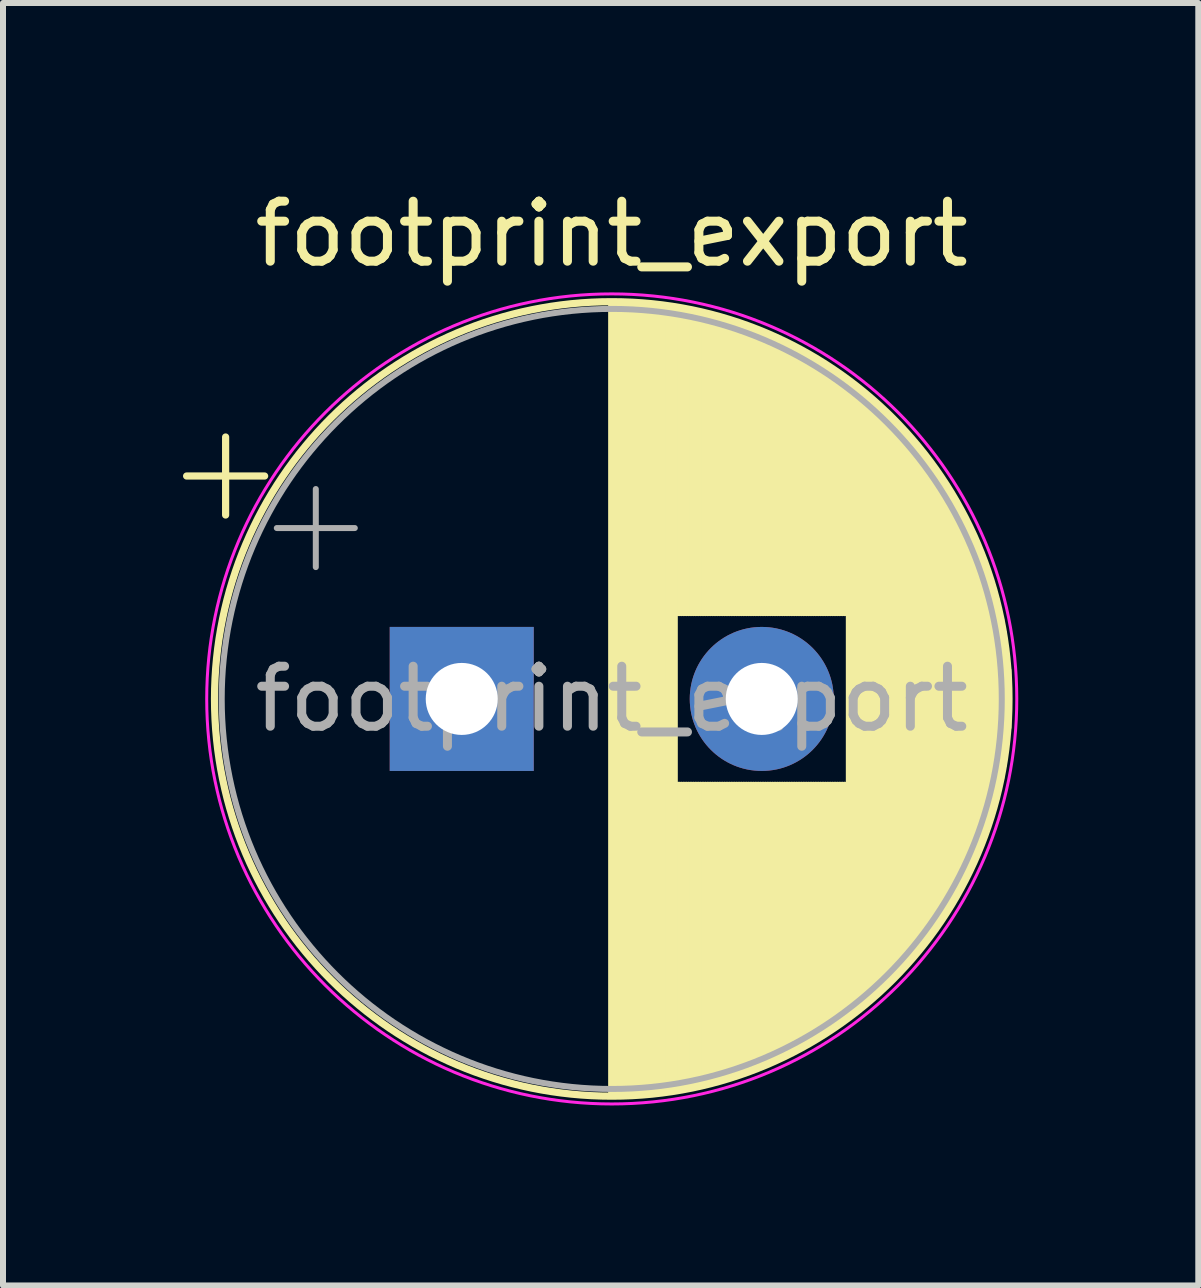
<source format=kicad_pcb>
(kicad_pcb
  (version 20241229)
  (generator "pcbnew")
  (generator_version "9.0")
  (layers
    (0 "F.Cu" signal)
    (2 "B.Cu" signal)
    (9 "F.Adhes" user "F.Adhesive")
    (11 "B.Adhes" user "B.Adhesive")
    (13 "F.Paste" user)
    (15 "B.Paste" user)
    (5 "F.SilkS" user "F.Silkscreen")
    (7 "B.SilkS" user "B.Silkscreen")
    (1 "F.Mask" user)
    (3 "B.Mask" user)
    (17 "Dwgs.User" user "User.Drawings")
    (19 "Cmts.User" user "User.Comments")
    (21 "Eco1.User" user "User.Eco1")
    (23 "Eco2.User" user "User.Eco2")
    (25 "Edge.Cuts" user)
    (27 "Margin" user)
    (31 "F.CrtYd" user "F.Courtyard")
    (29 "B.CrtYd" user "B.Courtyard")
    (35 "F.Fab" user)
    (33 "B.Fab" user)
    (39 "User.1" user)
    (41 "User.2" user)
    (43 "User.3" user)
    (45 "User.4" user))
  (footprint "footprint_export"
    (layer "F.Cu")
    (at 4.645 8.598)
    (property "Reference" "footprint_export" (at 2.5 -7.75 0) (layer "F.SilkS") (effects (font (size 1 1) (thickness 0.15))))
    (attr through_hole)
    (fp_line (start -4.585 -3.715) (end -3.285 -3.715) (stroke (width 0.12) (type solid)) (layer "F.SilkS"))
    (fp_line (start -3.935 -4.365) (end -3.935 -3.065) (stroke (width 0.12) (type solid)) (layer "F.SilkS"))
    (fp_line (start 2.5 -6.58) (end 2.5 6.58) (stroke (width 0.12) (type solid)) (layer "F.SilkS"))
    (fp_line (start 2.54 -6.58) (end 2.54 6.58) (stroke (width 0.12) (type solid)) (layer "F.SilkS"))
    (fp_line (start 2.58 -6.58) (end 2.58 6.58) (stroke (width 0.12) (type solid)) (layer "F.SilkS"))
    (fp_line (start 2.62 -6.579) (end 2.62 6.579) (stroke (width 0.12) (type solid)) (layer "F.SilkS"))
    (fp_line (start 2.66 -6.579) (end 2.66 6.579) (stroke (width 0.12) (type solid)) (layer "F.SilkS"))
    (fp_line (start 2.7 -6.577) (end 2.7 6.577) (stroke (width 0.12) (type solid)) (layer "F.SilkS"))
    (fp_line (start 2.74 -6.576) (end 2.74 6.576) (stroke (width 0.12) (type solid)) (layer "F.SilkS"))
    (fp_line (start 2.78 -6.575) (end 2.78 6.575) (stroke (width 0.12) (type solid)) (layer "F.SilkS"))
    (fp_line (start 2.82 -6.573) (end 2.82 6.573) (stroke (width 0.12) (type solid)) (layer "F.SilkS"))
    (fp_line (start 2.86 -6.571) (end 2.86 6.571) (stroke (width 0.12) (type solid)) (layer "F.SilkS"))
    (fp_line (start 2.9 -6.568) (end 2.9 6.568) (stroke (width 0.12) (type solid)) (layer "F.SilkS"))
    (fp_line (start 2.94 -6.566) (end 2.94 6.566) (stroke (width 0.12) (type solid)) (layer "F.SilkS"))
    (fp_line (start 2.98 -6.563) (end 2.98 6.563) (stroke (width 0.12) (type solid)) (layer "F.SilkS"))
    (fp_line (start 3.02 -6.56) (end 3.02 6.56) (stroke (width 0.12) (type solid)) (layer "F.SilkS"))
    (fp_line (start 3.06 -6.557) (end 3.06 6.557) (stroke (width 0.12) (type solid)) (layer "F.SilkS"))
    (fp_line (start 3.1 -6.553) (end 3.1 6.553) (stroke (width 0.12) (type solid)) (layer "F.SilkS"))
    (fp_line (start 3.14 -6.549) (end 3.14 6.549) (stroke (width 0.12) (type solid)) (layer "F.SilkS"))
    (fp_line (start 3.18 -6.545) (end 3.18 6.545) (stroke (width 0.12) (type solid)) (layer "F.SilkS"))
    (fp_line (start 3.221 -6.541) (end 3.221 6.541) (stroke (width 0.12) (type solid)) (layer "F.SilkS"))
    (fp_line (start 3.261 -6.537) (end 3.261 6.537) (stroke (width 0.12) (type solid)) (layer "F.SilkS"))
    (fp_line (start 3.301 -6.532) (end 3.301 6.532) (stroke (width 0.12) (type solid)) (layer "F.SilkS"))
    (fp_line (start 3.341 -6.527) (end 3.341 6.527) (stroke (width 0.12) (type solid)) (layer "F.SilkS"))
    (fp_line (start 3.381 -6.522) (end 3.381 6.522) (stroke (width 0.12) (type solid)) (layer "F.SilkS"))
    (fp_line (start 3.421 -6.516) (end 3.421 6.516) (stroke (width 0.12) (type solid)) (layer "F.SilkS"))
    (fp_line (start 3.461 -6.511) (end 3.461 6.511) (stroke (width 0.12) (type solid)) (layer "F.SilkS"))
    (fp_line (start 3.501 -6.505) (end 3.501 6.505) (stroke (width 0.12) (type solid)) (layer "F.SilkS"))
    (fp_line (start 3.541 -6.498) (end 3.541 6.498) (stroke (width 0.12) (type solid)) (layer "F.SilkS"))
    (fp_line (start 3.581 -6.492) (end 3.581 -1.44) (stroke (width 0.12) (type solid)) (layer "F.SilkS"))
    (fp_line (start 3.581 1.44) (end 3.581 6.492) (stroke (width 0.12) (type solid)) (layer "F.SilkS"))
    (fp_line (start 3.621 -6.485) (end 3.621 -1.44) (stroke (width 0.12) (type solid)) (layer "F.SilkS"))
    (fp_line (start 3.621 1.44) (end 3.621 6.485) (stroke (width 0.12) (type solid)) (layer "F.SilkS"))
    (fp_line (start 3.661 -6.478) (end 3.661 -1.44) (stroke (width 0.12) (type solid)) (layer "F.SilkS"))
    (fp_line (start 3.661 1.44) (end 3.661 6.478) (stroke (width 0.12) (type solid)) (layer "F.SilkS"))
    (fp_line (start 3.701 -6.471) (end 3.701 -1.44) (stroke (width 0.12) (type solid)) (layer "F.SilkS"))
    (fp_line (start 3.701 1.44) (end 3.701 6.471) (stroke (width 0.12) (type solid)) (layer "F.SilkS"))
    (fp_line (start 3.741 -6.463) (end 3.741 -1.44) (stroke (width 0.12) (type solid)) (layer "F.SilkS"))
    (fp_line (start 3.741 1.44) (end 3.741 6.463) (stroke (width 0.12) (type solid)) (layer "F.SilkS"))
    (fp_line (start 3.781 -6.456) (end 3.781 -1.44) (stroke (width 0.12) (type solid)) (layer "F.SilkS"))
    (fp_line (start 3.781 1.44) (end 3.781 6.456) (stroke (width 0.12) (type solid)) (layer "F.SilkS"))
    (fp_line (start 3.821 -6.448) (end 3.821 -1.44) (stroke (width 0.12) (type solid)) (layer "F.SilkS"))
    (fp_line (start 3.821 1.44) (end 3.821 6.448) (stroke (width 0.12) (type solid)) (layer "F.SilkS"))
    (fp_line (start 3.861 -6.439) (end 3.861 -1.44) (stroke (width 0.12) (type solid)) (layer "F.SilkS"))
    (fp_line (start 3.861 1.44) (end 3.861 6.439) (stroke (width 0.12) (type solid)) (layer "F.SilkS"))
    (fp_line (start 3.901 -6.431) (end 3.901 -1.44) (stroke (width 0.12) (type solid)) (layer "F.SilkS"))
    (fp_line (start 3.901 1.44) (end 3.901 6.431) (stroke (width 0.12) (type solid)) (layer "F.SilkS"))
    (fp_line (start 3.941 -6.422) (end 3.941 -1.44) (stroke (width 0.12) (type solid)) (layer "F.SilkS"))
    (fp_line (start 3.941 1.44) (end 3.941 6.422) (stroke (width 0.12) (type solid)) (layer "F.SilkS"))
    (fp_line (start 3.981 -6.413) (end 3.981 -1.44) (stroke (width 0.12) (type solid)) (layer "F.SilkS"))
    (fp_line (start 3.981 1.44) (end 3.981 6.413) (stroke (width 0.12) (type solid)) (layer "F.SilkS"))
    (fp_line (start 4.021 -6.404) (end 4.021 -1.44) (stroke (width 0.12) (type solid)) (layer "F.SilkS"))
    (fp_line (start 4.021 1.44) (end 4.021 6.404) (stroke (width 0.12) (type solid)) (layer "F.SilkS"))
    (fp_line (start 4.061 -6.394) (end 4.061 -1.44) (stroke (width 0.12) (type solid)) (layer "F.SilkS"))
    (fp_line (start 4.061 1.44) (end 4.061 6.394) (stroke (width 0.12) (type solid)) (layer "F.SilkS"))
    (fp_line (start 4.101 -6.384) (end 4.101 -1.44) (stroke (width 0.12) (type solid)) (layer "F.SilkS"))
    (fp_line (start 4.101 1.44) (end 4.101 6.384) (stroke (width 0.12) (type solid)) (layer "F.SilkS"))
    (fp_line (start 4.141 -6.374) (end 4.141 -1.44) (stroke (width 0.12) (type solid)) (layer "F.SilkS"))
    (fp_line (start 4.141 1.44) (end 4.141 6.374) (stroke (width 0.12) (type solid)) (layer "F.SilkS"))
    (fp_line (start 4.181 -6.364) (end 4.181 -1.44) (stroke (width 0.12) (type solid)) (layer "F.SilkS"))
    (fp_line (start 4.181 1.44) (end 4.181 6.364) (stroke (width 0.12) (type solid)) (layer "F.SilkS"))
    (fp_line (start 4.221 -6.353) (end 4.221 -1.44) (stroke (width 0.12) (type solid)) (layer "F.SilkS"))
    (fp_line (start 4.221 1.44) (end 4.221 6.353) (stroke (width 0.12) (type solid)) (layer "F.SilkS"))
    (fp_line (start 4.261 -6.342) (end 4.261 -1.44) (stroke (width 0.12) (type solid)) (layer "F.SilkS"))
    (fp_line (start 4.261 1.44) (end 4.261 6.342) (stroke (width 0.12) (type solid)) (layer "F.SilkS"))
    (fp_line (start 4.301 -6.331) (end 4.301 -1.44) (stroke (width 0.12) (type solid)) (layer "F.SilkS"))
    (fp_line (start 4.301 1.44) (end 4.301 6.331) (stroke (width 0.12) (type solid)) (layer "F.SilkS"))
    (fp_line (start 4.341 -6.32) (end 4.341 -1.44) (stroke (width 0.12) (type solid)) (layer "F.SilkS"))
    (fp_line (start 4.341 1.44) (end 4.341 6.32) (stroke (width 0.12) (type solid)) (layer "F.SilkS"))
    (fp_line (start 4.381 -6.308) (end 4.381 -1.44) (stroke (width 0.12) (type solid)) (layer "F.SilkS"))
    (fp_line (start 4.381 1.44) (end 4.381 6.308) (stroke (width 0.12) (type solid)) (layer "F.SilkS"))
    (fp_line (start 4.421 -6.296) (end 4.421 -1.44) (stroke (width 0.12) (type solid)) (layer "F.SilkS"))
    (fp_line (start 4.421 1.44) (end 4.421 6.296) (stroke (width 0.12) (type solid)) (layer "F.SilkS"))
    (fp_line (start 4.461 -6.284) (end 4.461 -1.44) (stroke (width 0.12) (type solid)) (layer "F.SilkS"))
    (fp_line (start 4.461 1.44) (end 4.461 6.284) (stroke (width 0.12) (type solid)) (layer "F.SilkS"))
    (fp_line (start 4.501 -6.271) (end 4.501 -1.44) (stroke (width 0.12) (type solid)) (layer "F.SilkS"))
    (fp_line (start 4.501 1.44) (end 4.501 6.271) (stroke (width 0.12) (type solid)) (layer "F.SilkS"))
    (fp_line (start 4.541 -6.258) (end 4.541 -1.44) (stroke (width 0.12) (type solid)) (layer "F.SilkS"))
    (fp_line (start 4.541 1.44) (end 4.541 6.258) (stroke (width 0.12) (type solid)) (layer "F.SilkS"))
    (fp_line (start 4.581 -6.245) (end 4.581 -1.44) (stroke (width 0.12) (type solid)) (layer "F.SilkS"))
    (fp_line (start 4.581 1.44) (end 4.581 6.245) (stroke (width 0.12) (type solid)) (layer "F.SilkS"))
    (fp_line (start 4.621 -6.232) (end 4.621 -1.44) (stroke (width 0.12) (type solid)) (layer "F.SilkS"))
    (fp_line (start 4.621 1.44) (end 4.621 6.232) (stroke (width 0.12) (type solid)) (layer "F.SilkS"))
    (fp_line (start 4.661 -6.218) (end 4.661 -1.44) (stroke (width 0.12) (type solid)) (layer "F.SilkS"))
    (fp_line (start 4.661 1.44) (end 4.661 6.218) (stroke (width 0.12) (type solid)) (layer "F.SilkS"))
    (fp_line (start 4.701 -6.204) (end 4.701 -1.44) (stroke (width 0.12) (type solid)) (layer "F.SilkS"))
    (fp_line (start 4.701 1.44) (end 4.701 6.204) (stroke (width 0.12) (type solid)) (layer "F.SilkS"))
    (fp_line (start 4.741 -6.19) (end 4.741 -1.44) (stroke (width 0.12) (type solid)) (layer "F.SilkS"))
    (fp_line (start 4.741 1.44) (end 4.741 6.19) (stroke (width 0.12) (type solid)) (layer "F.SilkS"))
    (fp_line (start 4.781 -6.175) (end 4.781 -1.44) (stroke (width 0.12) (type solid)) (layer "F.SilkS"))
    (fp_line (start 4.781 1.44) (end 4.781 6.175) (stroke (width 0.12) (type solid)) (layer "F.SilkS"))
    (fp_line (start 4.821 -6.161) (end 4.821 -1.44) (stroke (width 0.12) (type solid)) (layer "F.SilkS"))
    (fp_line (start 4.821 1.44) (end 4.821 6.161) (stroke (width 0.12) (type solid)) (layer "F.SilkS"))
    (fp_line (start 4.861 -6.146) (end 4.861 -1.44) (stroke (width 0.12) (type solid)) (layer "F.SilkS"))
    (fp_line (start 4.861 1.44) (end 4.861 6.146) (stroke (width 0.12) (type solid)) (layer "F.SilkS"))
    (fp_line (start 4.901 -6.13) (end 4.901 -1.44) (stroke (width 0.12) (type solid)) (layer "F.SilkS"))
    (fp_line (start 4.901 1.44) (end 4.901 6.13) (stroke (width 0.12) (type solid)) (layer "F.SilkS"))
    (fp_line (start 4.941 -6.114) (end 4.941 -1.44) (stroke (width 0.12) (type solid)) (layer "F.SilkS"))
    (fp_line (start 4.941 1.44) (end 4.941 6.114) (stroke (width 0.12) (type solid)) (layer "F.SilkS"))
    (fp_line (start 4.981 -6.098) (end 4.981 -1.44) (stroke (width 0.12) (type solid)) (layer "F.SilkS"))
    (fp_line (start 4.981 1.44) (end 4.981 6.098) (stroke (width 0.12) (type solid)) (layer "F.SilkS"))
    (fp_line (start 5.021 -6.082) (end 5.021 -1.44) (stroke (width 0.12) (type solid)) (layer "F.SilkS"))
    (fp_line (start 5.021 1.44) (end 5.021 6.082) (stroke (width 0.12) (type solid)) (layer "F.SilkS"))
    (fp_line (start 5.061 -6.065) (end 5.061 -1.44) (stroke (width 0.12) (type solid)) (layer "F.SilkS"))
    (fp_line (start 5.061 1.44) (end 5.061 6.065) (stroke (width 0.12) (type solid)) (layer "F.SilkS"))
    (fp_line (start 5.101 -6.049) (end 5.101 -1.44) (stroke (width 0.12) (type solid)) (layer "F.SilkS"))
    (fp_line (start 5.101 1.44) (end 5.101 6.049) (stroke (width 0.12) (type solid)) (layer "F.SilkS"))
    (fp_line (start 5.141 -6.031) (end 5.141 -1.44) (stroke (width 0.12) (type solid)) (layer "F.SilkS"))
    (fp_line (start 5.141 1.44) (end 5.141 6.031) (stroke (width 0.12) (type solid)) (layer "F.SilkS"))
    (fp_line (start 5.181 -6.014) (end 5.181 -1.44) (stroke (width 0.12) (type solid)) (layer "F.SilkS"))
    (fp_line (start 5.181 1.44) (end 5.181 6.014) (stroke (width 0.12) (type solid)) (layer "F.SilkS"))
    (fp_line (start 5.221 -5.996) (end 5.221 -1.44) (stroke (width 0.12) (type solid)) (layer "F.SilkS"))
    (fp_line (start 5.221 1.44) (end 5.221 5.996) (stroke (width 0.12) (type solid)) (layer "F.SilkS"))
    (fp_line (start 5.261 -5.978) (end 5.261 -1.44) (stroke (width 0.12) (type solid)) (layer "F.SilkS"))
    (fp_line (start 5.261 1.44) (end 5.261 5.978) (stroke (width 0.12) (type solid)) (layer "F.SilkS"))
    (fp_line (start 5.301 -5.959) (end 5.301 -1.44) (stroke (width 0.12) (type solid)) (layer "F.SilkS"))
    (fp_line (start 5.301 1.44) (end 5.301 5.959) (stroke (width 0.12) (type solid)) (layer "F.SilkS"))
    (fp_line (start 5.341 -5.94) (end 5.341 -1.44) (stroke (width 0.12) (type solid)) (layer "F.SilkS"))
    (fp_line (start 5.341 1.44) (end 5.341 5.94) (stroke (width 0.12) (type solid)) (layer "F.SilkS"))
    (fp_line (start 5.381 -5.921) (end 5.381 -1.44) (stroke (width 0.12) (type solid)) (layer "F.SilkS"))
    (fp_line (start 5.381 1.44) (end 5.381 5.921) (stroke (width 0.12) (type solid)) (layer "F.SilkS"))
    (fp_line (start 5.421 -5.902) (end 5.421 -1.44) (stroke (width 0.12) (type solid)) (layer "F.SilkS"))
    (fp_line (start 5.421 1.44) (end 5.421 5.902) (stroke (width 0.12) (type solid)) (layer "F.SilkS"))
    (fp_line (start 5.461 -5.882) (end 5.461 -1.44) (stroke (width 0.12) (type solid)) (layer "F.SilkS"))
    (fp_line (start 5.461 1.44) (end 5.461 5.882) (stroke (width 0.12) (type solid)) (layer "F.SilkS"))
    (fp_line (start 5.501 -5.862) (end 5.501 -1.44) (stroke (width 0.12) (type solid)) (layer "F.SilkS"))
    (fp_line (start 5.501 1.44) (end 5.501 5.862) (stroke (width 0.12) (type solid)) (layer "F.SilkS"))
    (fp_line (start 5.541 -5.841) (end 5.541 -1.44) (stroke (width 0.12) (type solid)) (layer "F.SilkS"))
    (fp_line (start 5.541 1.44) (end 5.541 5.841) (stroke (width 0.12) (type solid)) (layer "F.SilkS"))
    (fp_line (start 5.581 -5.82) (end 5.581 -1.44) (stroke (width 0.12) (type solid)) (layer "F.SilkS"))
    (fp_line (start 5.581 1.44) (end 5.581 5.82) (stroke (width 0.12) (type solid)) (layer "F.SilkS"))
    (fp_line (start 5.621 -5.799) (end 5.621 -1.44) (stroke (width 0.12) (type solid)) (layer "F.SilkS"))
    (fp_line (start 5.621 1.44) (end 5.621 5.799) (stroke (width 0.12) (type solid)) (layer "F.SilkS"))
    (fp_line (start 5.661 -5.778) (end 5.661 -1.44) (stroke (width 0.12) (type solid)) (layer "F.SilkS"))
    (fp_line (start 5.661 1.44) (end 5.661 5.778) (stroke (width 0.12) (type solid)) (layer "F.SilkS"))
    (fp_line (start 5.701 -5.756) (end 5.701 -1.44) (stroke (width 0.12) (type solid)) (layer "F.SilkS"))
    (fp_line (start 5.701 1.44) (end 5.701 5.756) (stroke (width 0.12) (type solid)) (layer "F.SilkS"))
    (fp_line (start 5.741 -5.733) (end 5.741 -1.44) (stroke (width 0.12) (type solid)) (layer "F.SilkS"))
    (fp_line (start 5.741 1.44) (end 5.741 5.733) (stroke (width 0.12) (type solid)) (layer "F.SilkS"))
    (fp_line (start 5.781 -5.711) (end 5.781 -1.44) (stroke (width 0.12) (type solid)) (layer "F.SilkS"))
    (fp_line (start 5.781 1.44) (end 5.781 5.711) (stroke (width 0.12) (type solid)) (layer "F.SilkS"))
    (fp_line (start 5.821 -5.688) (end 5.821 -1.44) (stroke (width 0.12) (type solid)) (layer "F.SilkS"))
    (fp_line (start 5.821 1.44) (end 5.821 5.688) (stroke (width 0.12) (type solid)) (layer "F.SilkS"))
    (fp_line (start 5.861 -5.664) (end 5.861 -1.44) (stroke (width 0.12) (type solid)) (layer "F.SilkS"))
    (fp_line (start 5.861 1.44) (end 5.861 5.664) (stroke (width 0.12) (type solid)) (layer "F.SilkS"))
    (fp_line (start 5.901 -5.641) (end 5.901 -1.44) (stroke (width 0.12) (type solid)) (layer "F.SilkS"))
    (fp_line (start 5.901 1.44) (end 5.901 5.641) (stroke (width 0.12) (type solid)) (layer "F.SilkS"))
    (fp_line (start 5.941 -5.617) (end 5.941 -1.44) (stroke (width 0.12) (type solid)) (layer "F.SilkS"))
    (fp_line (start 5.941 1.44) (end 5.941 5.617) (stroke (width 0.12) (type solid)) (layer "F.SilkS"))
    (fp_line (start 5.981 -5.592) (end 5.981 -1.44) (stroke (width 0.12) (type solid)) (layer "F.SilkS"))
    (fp_line (start 5.981 1.44) (end 5.981 5.592) (stroke (width 0.12) (type solid)) (layer "F.SilkS"))
    (fp_line (start 6.021 -5.567) (end 6.021 -1.44) (stroke (width 0.12) (type solid)) (layer "F.SilkS"))
    (fp_line (start 6.021 1.44) (end 6.021 5.567) (stroke (width 0.12) (type solid)) (layer "F.SilkS"))
    (fp_line (start 6.061 -5.542) (end 6.061 -1.44) (stroke (width 0.12) (type solid)) (layer "F.SilkS"))
    (fp_line (start 6.061 1.44) (end 6.061 5.542) (stroke (width 0.12) (type solid)) (layer "F.SilkS"))
    (fp_line (start 6.101 -5.516) (end 6.101 -1.44) (stroke (width 0.12) (type solid)) (layer "F.SilkS"))
    (fp_line (start 6.101 1.44) (end 6.101 5.516) (stroke (width 0.12) (type solid)) (layer "F.SilkS"))
    (fp_line (start 6.141 -5.49) (end 6.141 -1.44) (stroke (width 0.12) (type solid)) (layer "F.SilkS"))
    (fp_line (start 6.141 1.44) (end 6.141 5.49) (stroke (width 0.12) (type solid)) (layer "F.SilkS"))
    (fp_line (start 6.181 -5.463) (end 6.181 -1.44) (stroke (width 0.12) (type solid)) (layer "F.SilkS"))
    (fp_line (start 6.181 1.44) (end 6.181 5.463) (stroke (width 0.12) (type solid)) (layer "F.SilkS"))
    (fp_line (start 6.221 -5.436) (end 6.221 -1.44) (stroke (width 0.12) (type solid)) (layer "F.SilkS"))
    (fp_line (start 6.221 1.44) (end 6.221 5.436) (stroke (width 0.12) (type solid)) (layer "F.SilkS"))
    (fp_line (start 6.261 -5.409) (end 6.261 -1.44) (stroke (width 0.12) (type solid)) (layer "F.SilkS"))
    (fp_line (start 6.261 1.44) (end 6.261 5.409) (stroke (width 0.12) (type solid)) (layer "F.SilkS"))
    (fp_line (start 6.301 -5.381) (end 6.301 -1.44) (stroke (width 0.12) (type solid)) (layer "F.SilkS"))
    (fp_line (start 6.301 1.44) (end 6.301 5.381) (stroke (width 0.12) (type solid)) (layer "F.SilkS"))
    (fp_line (start 6.341 -5.353) (end 6.341 -1.44) (stroke (width 0.12) (type solid)) (layer "F.SilkS"))
    (fp_line (start 6.341 1.44) (end 6.341 5.353) (stroke (width 0.12) (type solid)) (layer "F.SilkS"))
    (fp_line (start 6.381 -5.324) (end 6.381 -1.44) (stroke (width 0.12) (type solid)) (layer "F.SilkS"))
    (fp_line (start 6.381 1.44) (end 6.381 5.324) (stroke (width 0.12) (type solid)) (layer "F.SilkS"))
    (fp_line (start 6.421 -5.295) (end 6.421 -1.44) (stroke (width 0.12) (type solid)) (layer "F.SilkS"))
    (fp_line (start 6.421 1.44) (end 6.421 5.295) (stroke (width 0.12) (type solid)) (layer "F.SilkS"))
    (fp_line (start 6.461 -5.265) (end 6.461 5.265) (stroke (width 0.12) (type solid)) (layer "F.SilkS"))
    (fp_line (start 6.501 -5.235) (end 6.501 5.235) (stroke (width 0.12) (type solid)) (layer "F.SilkS"))
    (fp_line (start 6.541 -5.205) (end 6.541 5.205) (stroke (width 0.12) (type solid)) (layer "F.SilkS"))
    (fp_line (start 6.581 -5.174) (end 6.581 5.174) (stroke (width 0.12) (type solid)) (layer "F.SilkS"))
    (fp_line (start 6.621 -5.142) (end 6.621 5.142) (stroke (width 0.12) (type solid)) (layer "F.SilkS"))
    (fp_line (start 6.661 -5.11) (end 6.661 5.11) (stroke (width 0.12) (type solid)) (layer "F.SilkS"))
    (fp_line (start 6.701 -5.078) (end 6.701 5.078) (stroke (width 0.12) (type solid)) (layer "F.SilkS"))
    (fp_line (start 6.741 -5.044) (end 6.741 5.044) (stroke (width 0.12) (type solid)) (layer "F.SilkS"))
    (fp_line (start 6.781 -5.011) (end 6.781 5.011) (stroke (width 0.12) (type solid)) (layer "F.SilkS"))
    (fp_line (start 6.821 -4.977) (end 6.821 4.977) (stroke (width 0.12) (type solid)) (layer "F.SilkS"))
    (fp_line (start 6.861 -4.942) (end 6.861 4.942) (stroke (width 0.12) (type solid)) (layer "F.SilkS"))
    (fp_line (start 6.901 -4.907) (end 6.901 4.907) (stroke (width 0.12) (type solid)) (layer "F.SilkS"))
    (fp_line (start 6.941 -4.871) (end 6.941 4.871) (stroke (width 0.12) (type solid)) (layer "F.SilkS"))
    (fp_line (start 6.981 -4.834) (end 6.981 4.834) (stroke (width 0.12) (type solid)) (layer "F.SilkS"))
    (fp_line (start 7.021 -4.797) (end 7.021 4.797) (stroke (width 0.12) (type solid)) (layer "F.SilkS"))
    (fp_line (start 7.061 -4.76) (end 7.061 4.76) (stroke (width 0.12) (type solid)) (layer "F.SilkS"))
    (fp_line (start 7.101 -4.721) (end 7.101 4.721) (stroke (width 0.12) (type solid)) (layer "F.SilkS"))
    (fp_line (start 7.141 -4.682) (end 7.141 4.682) (stroke (width 0.12) (type solid)) (layer "F.SilkS"))
    (fp_line (start 7.181 -4.643) (end 7.181 4.643) (stroke (width 0.12) (type solid)) (layer "F.SilkS"))
    (fp_line (start 7.221 -4.602) (end 7.221 4.602) (stroke (width 0.12) (type solid)) (layer "F.SilkS"))
    (fp_line (start 7.261 -4.561) (end 7.261 4.561) (stroke (width 0.12) (type solid)) (layer "F.SilkS"))
    (fp_line (start 7.301 -4.519) (end 7.301 4.519) (stroke (width 0.12) (type solid)) (layer "F.SilkS"))
    (fp_line (start 7.341 -4.477) (end 7.341 4.477) (stroke (width 0.12) (type solid)) (layer "F.SilkS"))
    (fp_line (start 7.381 -4.434) (end 7.381 4.434) (stroke (width 0.12) (type solid)) (layer "F.SilkS"))
    (fp_line (start 7.421 -4.39) (end 7.421 4.39) (stroke (width 0.12) (type solid)) (layer "F.SilkS"))
    (fp_line (start 7.461 -4.345) (end 7.461 4.345) (stroke (width 0.12) (type solid)) (layer "F.SilkS"))
    (fp_line (start 7.501 -4.299) (end 7.501 4.299) (stroke (width 0.12) (type solid)) (layer "F.SilkS"))
    (fp_line (start 7.541 -4.253) (end 7.541 4.253) (stroke (width 0.12) (type solid)) (layer "F.SilkS"))
    (fp_line (start 7.581 -4.205) (end 7.581 4.205) (stroke (width 0.12) (type solid)) (layer "F.SilkS"))
    (fp_line (start 7.621 -4.157) (end 7.621 4.157) (stroke (width 0.12) (type solid)) (layer "F.SilkS"))
    (fp_line (start 7.661 -4.108) (end 7.661 4.108) (stroke (width 0.12) (type solid)) (layer "F.SilkS"))
    (fp_line (start 7.701 -4.057) (end 7.701 4.057) (stroke (width 0.12) (type solid)) (layer "F.SilkS"))
    (fp_line (start 7.741 -4.006) (end 7.741 4.006) (stroke (width 0.12) (type solid)) (layer "F.SilkS"))
    (fp_line (start 7.781 -3.954) (end 7.781 3.954) (stroke (width 0.12) (type solid)) (layer "F.SilkS"))
    (fp_line (start 7.821 -3.9) (end 7.821 3.9) (stroke (width 0.12) (type solid)) (layer "F.SilkS"))
    (fp_line (start 7.861 -3.846) (end 7.861 3.846) (stroke (width 0.12) (type solid)) (layer "F.SilkS"))
    (fp_line (start 7.901 -3.79) (end 7.901 3.79) (stroke (width 0.12) (type solid)) (layer "F.SilkS"))
    (fp_line (start 7.941 -3.733) (end 7.941 3.733) (stroke (width 0.12) (type solid)) (layer "F.SilkS"))
    (fp_line (start 7.981 -3.675) (end 7.981 3.675) (stroke (width 0.12) (type solid)) (layer "F.SilkS"))
    (fp_line (start 8.021 -3.615) (end 8.021 3.615) (stroke (width 0.12) (type solid)) (layer "F.SilkS"))
    (fp_line (start 8.061 -3.554) (end 8.061 3.554) (stroke (width 0.12) (type solid)) (layer "F.SilkS"))
    (fp_line (start 8.101 -3.491) (end 8.101 3.491) (stroke (width 0.12) (type solid)) (layer "F.SilkS"))
    (fp_line (start 8.141 -3.427) (end 8.141 3.427) (stroke (width 0.12) (type solid)) (layer "F.SilkS"))
    (fp_line (start 8.181 -3.361) (end 8.181 3.361) (stroke (width 0.12) (type solid)) (layer "F.SilkS"))
    (fp_line (start 8.221 -3.293) (end 8.221 3.293) (stroke (width 0.12) (type solid)) (layer "F.SilkS"))
    (fp_line (start 8.261 -3.223) (end 8.261 3.223) (stroke (width 0.12) (type solid)) (layer "F.SilkS"))
    (fp_line (start 8.301 -3.152) (end 8.301 3.152) (stroke (width 0.12) (type solid)) (layer "F.SilkS"))
    (fp_line (start 8.341 -3.078) (end 8.341 3.078) (stroke (width 0.12) (type solid)) (layer "F.SilkS"))
    (fp_line (start 8.381 -3.002) (end 8.381 3.002) (stroke (width 0.12) (type solid)) (layer "F.SilkS"))
    (fp_line (start 8.421 -2.923) (end 8.421 2.923) (stroke (width 0.12) (type solid)) (layer "F.SilkS"))
    (fp_line (start 8.461 -2.842) (end 8.461 2.842) (stroke (width 0.12) (type solid)) (layer "F.SilkS"))
    (fp_line (start 8.501 -2.758) (end 8.501 2.758) (stroke (width 0.12) (type solid)) (layer "F.SilkS"))
    (fp_line (start 8.541 -2.67) (end 8.541 2.67) (stroke (width 0.12) (type solid)) (layer "F.SilkS"))
    (fp_line (start 8.581 -2.579) (end 8.581 2.579) (stroke (width 0.12) (type solid)) (layer "F.SilkS"))
    (fp_line (start 8.621 -2.484) (end 8.621 2.484) (stroke (width 0.12) (type solid)) (layer "F.SilkS"))
    (fp_line (start 8.661 -2.385) (end 8.661 2.385) (stroke (width 0.12) (type solid)) (layer "F.SilkS"))
    (fp_line (start 8.701 -2.281) (end 8.701 2.281) (stroke (width 0.12) (type solid)) (layer "F.SilkS"))
    (fp_line (start 8.741 -2.171) (end 8.741 2.171) (stroke (width 0.12) (type solid)) (layer "F.SilkS"))
    (fp_line (start 8.781 -2.055) (end 8.781 2.055) (stroke (width 0.12) (type solid)) (layer "F.SilkS"))
    (fp_line (start 8.821 -1.931) (end 8.821 1.931) (stroke (width 0.12) (type solid)) (layer "F.SilkS"))
    (fp_line (start 8.861 -1.798) (end 8.861 1.798) (stroke (width 0.12) (type solid)) (layer "F.SilkS"))
    (fp_line (start 8.901 -1.653) (end 8.901 1.653) (stroke (width 0.12) (type solid)) (layer "F.SilkS"))
    (fp_line (start 8.941 -1.494) (end 8.941 1.494) (stroke (width 0.12) (type solid)) (layer "F.SilkS"))
    (fp_line (start 8.981 -1.315) (end 8.981 1.315) (stroke (width 0.12) (type solid)) (layer "F.SilkS"))
    (fp_line (start 9.021 -1.107) (end 9.021 1.107) (stroke (width 0.12) (type solid)) (layer "F.SilkS"))
    (fp_line (start 9.061 -0.85) (end 9.061 0.85) (stroke (width 0.12) (type solid)) (layer "F.SilkS"))
    (fp_line (start 9.101 -0.475) (end 9.101 0.475) (stroke (width 0.12) (type solid)) (layer "F.SilkS"))
    (fp_circle (center 2.5 0) (end 9.12 0) (stroke (width 0.12) (type solid)) (fill no) (layer "F.SilkS"))
    (fp_circle (center 2.5 0) (end 9.25 0) (stroke (width 0.05) (type solid)) (fill no) (layer "F.CrtYd"))
    (fp_line (start -3.082 -2.848) (end -1.782 -2.848) (stroke (width 0.1) (type solid)) (layer "F.Fab"))
    (fp_line (start -2.432 -3.498) (end -2.432 -2.197) (stroke (width 0.1) (type solid)) (layer "F.Fab"))
    (fp_circle (center 2.5 0) (end 9 0) (stroke (width 0.1) (type solid)) (fill no) (layer "F.Fab"))
    (fp_text user "${REFERENCE}" (at 2.5 0 0) (layer "F.Fab") (effects (font (size 1 1) (thickness 0.15))))
    (pad "1" thru_hole rect (at 0 0) (size 2.4 2.4) (drill 1.2) (layers "*.Cu" "*.Mask"))
    (pad "2" thru_hole circle (at 5 0) (size 2.4 2.4) (drill 1.2) (layers "*.Cu" "*.Mask")))
  (gr_rect
    (start -3 -3)
    (end 16.92 18.373)
    (stroke (width 0.1) (type default))
    (fill no)
    (layer "Edge.Cuts")))
</source>
